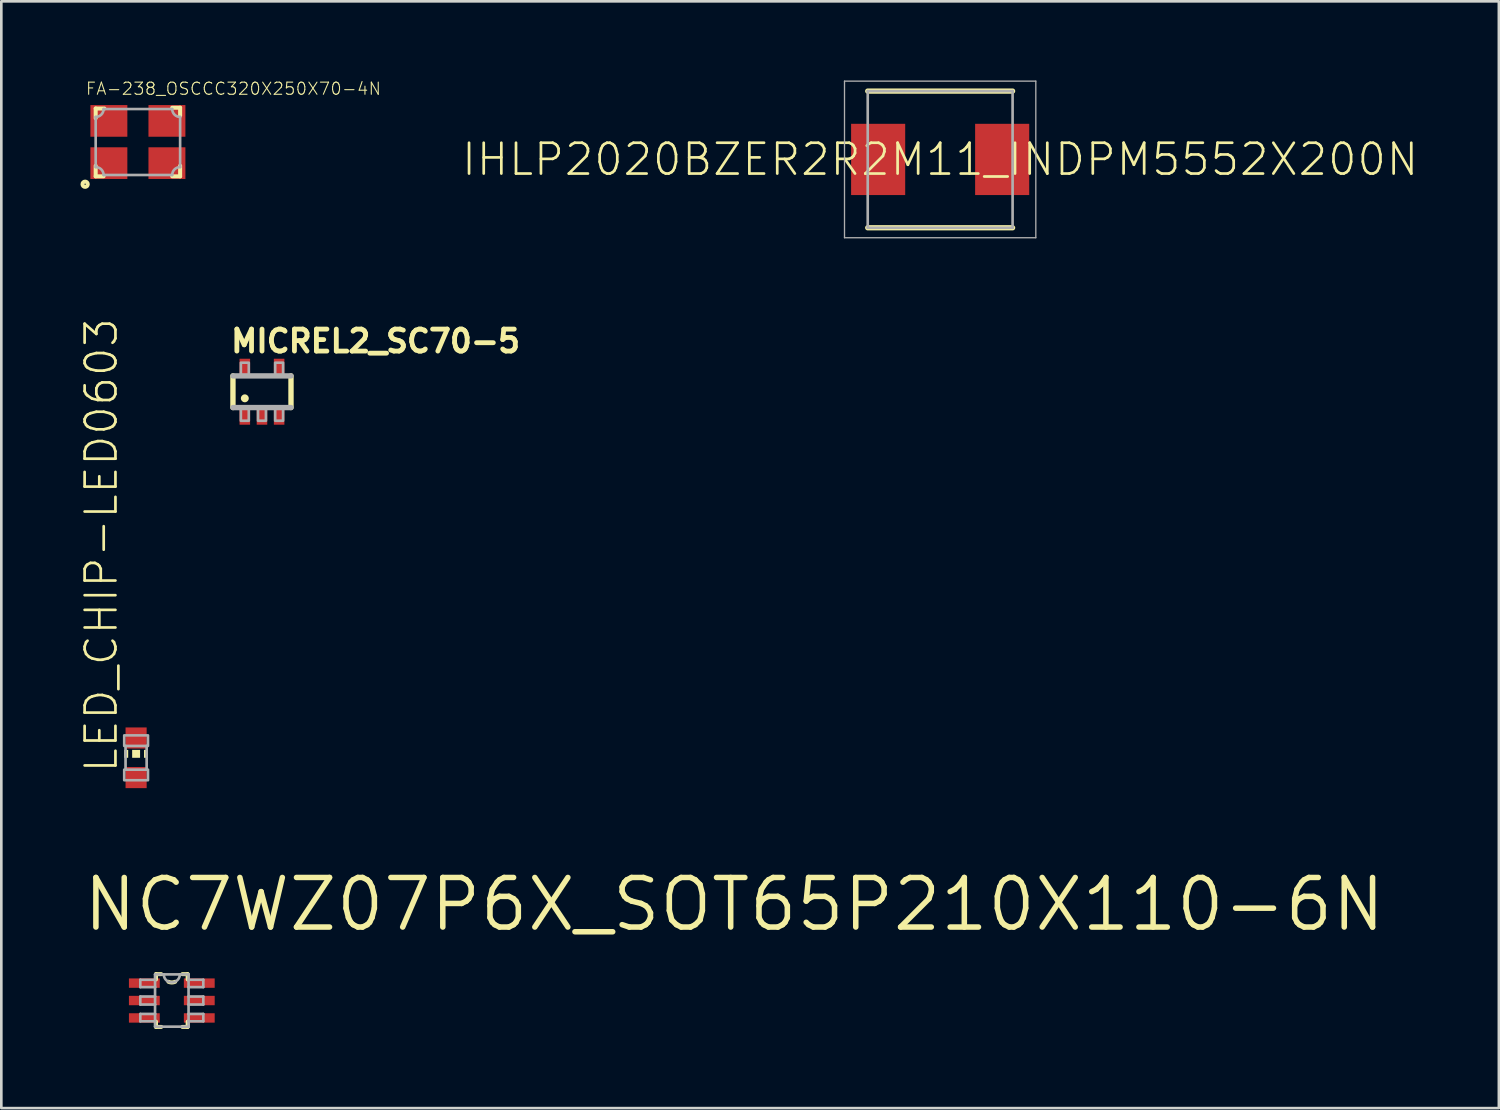
<source format=kicad_pcb>
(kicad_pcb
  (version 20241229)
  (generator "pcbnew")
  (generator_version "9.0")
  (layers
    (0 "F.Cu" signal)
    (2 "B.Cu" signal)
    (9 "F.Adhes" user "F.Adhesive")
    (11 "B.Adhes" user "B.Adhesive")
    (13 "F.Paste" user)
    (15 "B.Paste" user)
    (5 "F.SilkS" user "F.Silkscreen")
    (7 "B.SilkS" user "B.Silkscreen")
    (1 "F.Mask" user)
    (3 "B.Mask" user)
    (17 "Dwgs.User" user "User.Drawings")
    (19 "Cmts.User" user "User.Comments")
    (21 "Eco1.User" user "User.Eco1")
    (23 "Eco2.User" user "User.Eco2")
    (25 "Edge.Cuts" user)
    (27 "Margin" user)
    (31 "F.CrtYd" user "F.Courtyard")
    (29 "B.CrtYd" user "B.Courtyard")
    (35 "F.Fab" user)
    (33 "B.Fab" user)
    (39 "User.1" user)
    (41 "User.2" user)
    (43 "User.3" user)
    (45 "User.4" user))
  (footprint "NC7WZ07P6X_SOT65P210X110-6N"
    (layer "F.Cu")
    (at 3.461 34.867)
    (property "Reference" "NC7WZ07P6X_SOT65P210X110-6N" (at -3.461 -2.545 0) (unlocked yes) (layer "F.SilkS") (effects (font (size 1.878 1.878) (thickness 0.209)) (justify left bottom)))
    (fp_line (start -0.6 -1) (end -0.6 -0.8) (stroke (width 0.152) (type solid)) (layer "F.SilkS"))
    (fp_line (start -0.6 -1) (end -0.4 -1) (stroke (width 0.152) (type solid)) (layer "F.SilkS"))
    (fp_line (start -0.6 1) (end -0.6 0.8) (stroke (width 0.152) (type solid)) (layer "F.SilkS"))
    (fp_line (start -0.4 1) (end -0.6 1) (stroke (width 0.152) (type solid)) (layer "F.SilkS"))
    (fp_line (start 0.4 -1) (end 0.6 -1) (stroke (width 0.152) (type solid)) (layer "F.SilkS"))
    (fp_line (start 0.4 1) (end 0.6 1) (stroke (width 0.152) (type solid)) (layer "F.SilkS"))
    (fp_line (start 0.6 -1) (end 0.6 -0.8) (stroke (width 0.152) (type solid)) (layer "F.SilkS"))
    (fp_line (start 0.6 1) (end 0.6 0.8) (stroke (width 0.152) (type solid)) (layer "F.SilkS"))
    (fp_arc (start 0.127 -0.7112) (mid 0 -0.683626) (end -0.127 -0.7112) (stroke (width 0.1524) (type solid)) (layer "F.SilkS"))
    (fp_line (start -1.194 -0.787) (end -1.194 -0.508) (stroke (width 0.1) (type solid)) (layer "F.Fab"))
    (fp_line (start -1.194 -0.508) (end -0.635 -0.508) (stroke (width 0.1) (type solid)) (layer "F.Fab"))
    (fp_line (start -1.194 -0.152) (end -1.194 0.152) (stroke (width 0.1) (type solid)) (layer "F.Fab"))
    (fp_line (start -1.194 0.152) (end -0.635 0.152) (stroke (width 0.1) (type solid)) (layer "F.Fab"))
    (fp_line (start -1.194 0.508) (end -1.194 0.787) (stroke (width 0.1) (type solid)) (layer "F.Fab"))
    (fp_line (start -1.194 0.787) (end -0.635 0.787) (stroke (width 0.1) (type solid)) (layer "F.Fab"))
    (fp_line (start -0.635 -0.991) (end -0.635 -0.787) (stroke (width 0.1) (type solid)) (layer "F.Fab"))
    (fp_line (start -0.635 -0.787) (end -1.194 -0.787) (stroke (width 0.1) (type solid)) (layer "F.Fab"))
    (fp_line (start -0.635 -0.787) (end -0.635 -0.508) (stroke (width 0.1) (type solid)) (layer "F.Fab"))
    (fp_line (start -0.635 -0.508) (end -0.635 -0.152) (stroke (width 0.1) (type solid)) (layer "F.Fab"))
    (fp_line (start -0.635 -0.152) (end -1.194 -0.152) (stroke (width 0.1) (type solid)) (layer "F.Fab"))
    (fp_line (start -0.635 -0.152) (end -0.635 0.152) (stroke (width 0.1) (type solid)) (layer "F.Fab"))
    (fp_line (start -0.635 0.152) (end -0.635 0.508) (stroke (width 0.1) (type solid)) (layer "F.Fab"))
    (fp_line (start -0.635 0.508) (end -1.194 0.508) (stroke (width 0.1) (type solid)) (layer "F.Fab"))
    (fp_line (start -0.635 0.508) (end -0.635 0.787) (stroke (width 0.1) (type solid)) (layer "F.Fab"))
    (fp_line (start -0.635 0.787) (end -0.635 0.991) (stroke (width 0.1) (type solid)) (layer "F.Fab"))
    (fp_line (start -0.635 0.991) (end 0.635 0.991) (stroke (width 0.1) (type solid)) (layer "F.Fab"))
    (fp_line (start -0.305 -0.991) (end -0.635 -0.991) (stroke (width 0.1) (type solid)) (layer "F.Fab"))
    (fp_line (start 0.305 -0.991) (end -0.305 -0.991) (stroke (width 0.1) (type solid)) (layer "F.Fab"))
    (fp_line (start 0.635 -0.991) (end 0.305 -0.991) (stroke (width 0.1) (type solid)) (layer "F.Fab"))
    (fp_line (start 0.635 -0.787) (end 0.635 -0.991) (stroke (width 0.1) (type solid)) (layer "F.Fab"))
    (fp_line (start 0.635 -0.508) (end 0.635 -0.787) (stroke (width 0.1) (type solid)) (layer "F.Fab"))
    (fp_line (start 0.635 -0.508) (end 1.194 -0.508) (stroke (width 0.1) (type solid)) (layer "F.Fab"))
    (fp_line (start 0.635 -0.152) (end 0.635 -0.508) (stroke (width 0.1) (type solid)) (layer "F.Fab"))
    (fp_line (start 0.635 0.152) (end 0.635 -0.152) (stroke (width 0.1) (type solid)) (layer "F.Fab"))
    (fp_line (start 0.635 0.152) (end 1.194 0.152) (stroke (width 0.1) (type solid)) (layer "F.Fab"))
    (fp_line (start 0.635 0.508) (end 0.635 0.152) (stroke (width 0.1) (type solid)) (layer "F.Fab"))
    (fp_line (start 0.635 0.787) (end 0.635 0.508) (stroke (width 0.1) (type solid)) (layer "F.Fab"))
    (fp_line (start 0.635 0.787) (end 1.194 0.787) (stroke (width 0.1) (type solid)) (layer "F.Fab"))
    (fp_line (start 0.635 0.991) (end 0.635 0.787) (stroke (width 0.1) (type solid)) (layer "F.Fab"))
    (fp_line (start 1.194 -0.787) (end 0.635 -0.787) (stroke (width 0.1) (type solid)) (layer "F.Fab"))
    (fp_line (start 1.194 -0.508) (end 1.194 -0.787) (stroke (width 0.1) (type solid)) (layer "F.Fab"))
    (fp_line (start 1.194 -0.152) (end 0.635 -0.152) (stroke (width 0.1) (type solid)) (layer "F.Fab"))
    (fp_line (start 1.194 0.152) (end 1.194 -0.152) (stroke (width 0.1) (type solid)) (layer "F.Fab"))
    (fp_line (start 1.194 0.508) (end 0.635 0.508) (stroke (width 0.1) (type solid)) (layer "F.Fab"))
    (fp_line (start 1.194 0.787) (end 1.194 0.508) (stroke (width 0.1) (type solid)) (layer "F.Fab"))
    (fp_arc (start 0.3048 -0.9906) (mid 0 -0.6858) (end -0.3048 -0.9906) (stroke (width 0.1) (type solid)) (layer "F.Fab"))
    (pad "1" smd rect (at -1.041 -0.66) (size 1.168 0.356) (layers "F.Cu" "F.Mask" "F.Paste"))
    (pad "2" smd rect (at -1.041 0) (size 1.168 0.356) (layers "F.Cu" "F.Mask" "F.Paste"))
    (pad "3" smd rect (at -1.041 0.66) (size 1.168 0.356) (layers "F.Cu" "F.Mask" "F.Paste"))
    (pad "4" smd rect (at 1.041 0.66) (size 1.168 0.356) (layers "F.Cu" "F.Mask" "F.Paste"))
    (pad "5" smd rect (at 1.041 0) (size 1.168 0.356) (layers "F.Cu" "F.Mask" "F.Paste"))
    (pad "6" smd rect (at 1.041 -0.66) (size 1.168 0.356) (layers "F.Cu" "F.Mask" "F.Paste")))
  (footprint "LED_CHIP-LED0603"
    (layer "F.Cu")
    (at 2.108 25.668)
    (property "Reference" "LED_CHIP-LED0603" (at -0.635 0.635 90) (unlocked yes) (layer "F.SilkS") (effects (font (size 1.168 1.168) (thickness 0.102)) (justify left bottom)))
    (fp_poly (pts (xy -0.45 0) (xy -0.3 0) (xy -0.3 -0.3) (xy -0.45 -0.3)) (stroke (width 0) (type default)) (fill yes) (layer "F.SilkS"))
    (fp_poly (pts (xy -0.15 0) (xy 0.15 0) (xy 0.15 -0.3) (xy -0.15 -0.3)) (stroke (width 0) (type default)) (fill yes) (layer "F.SilkS"))
    (fp_poly (pts (xy 0.3 0) (xy 0.45 0) (xy 0.45 -0.3) (xy 0.3 -0.3)) (stroke (width 0) (type default)) (fill yes) (layer "F.SilkS"))
    (fp_line (start -0.4 -0.45) (end -0.4 0.45) (stroke (width 0.102) (type solid)) (layer "F.Fab"))
    (fp_line (start 0.4 -0.45) (end 0.4 0.45) (stroke (width 0.102) (type solid)) (layer "F.Fab"))
    (fp_poly (pts (xy -0.45 -0.45) (xy 0.45 -0.45) (xy 0.45 -0.85) (xy -0.45 -0.85)) (stroke (width 0.1) (type default)) (fill no) (layer "F.Fab"))
    (fp_poly (pts (xy -0.45 0.85) (xy 0.45 0.85) (xy 0.45 0.45) (xy -0.45 0.45)) (stroke (width 0.1) (type default)) (fill no) (layer "F.Fab"))
    (pad "A" smd rect (at 0 0.75) (size 0.8 0.8) (layers "F.Cu" "F.Mask" "F.Paste"))
    (pad "C" smd rect (at 0 -0.75) (size 0.8 0.8) (layers "F.Cu" "F.Mask" "F.Paste")))
  (footprint "IHLP2020BZER2R2M11_INDPM5552X200N"
    (layer "F.Cu")
    (at 32.579 2.992)
    (property "Reference" "IHLP2020BZER2R2M11_INDPM5552X200N" (at 0 0 0) (unlocked yes) (layer "F.SilkS") (effects (font (size 1.168 1.168) (thickness 0.102))))
    (fp_line (start -2.745 2.59) (end 2.745 2.59) (stroke (width 0.2) (type solid)) (layer "F.SilkS"))
    (fp_line (start 2.745 -2.59) (end -2.745 -2.59) (stroke (width 0.2) (type solid)) (layer "F.SilkS"))
    (fp_line (start -3.625 -2.967) (end 3.625 -2.967) (stroke (width 0.05) (type solid)) (layer "F.Fab"))
    (fp_line (start -3.625 2.967) (end -3.625 -2.967) (stroke (width 0.05) (type solid)) (layer "F.Fab"))
    (fp_line (start -2.745 -2.59) (end 2.745 -2.59) (stroke (width 0.1) (type solid)) (layer "F.Fab"))
    (fp_line (start -2.745 2.59) (end -2.745 -2.59) (stroke (width 0.1) (type solid)) (layer "F.Fab"))
    (fp_line (start 2.745 -2.59) (end 2.745 2.59) (stroke (width 0.1) (type solid)) (layer "F.Fab"))
    (fp_line (start 2.745 2.59) (end -2.745 2.59) (stroke (width 0.1) (type solid)) (layer "F.Fab"))
    (fp_line (start 3.625 -2.967) (end 3.625 2.967) (stroke (width 0.05) (type solid)) (layer "F.Fab"))
    (fp_line (start 3.625 2.967) (end -3.625 2.967) (stroke (width 0.05) (type solid)) (layer "F.Fab"))
    (pad "1" smd rect (at -2.35 0 90) (size 2.7 2.05) (layers "F.Cu" "F.Mask" "F.Paste"))
    (pad "2" smd rect (at 2.35 0 90) (size 2.7 2.05) (layers "F.Cu" "F.Mask" "F.Paste")))
  (footprint "FA-238_OSCCC320X250X70-4N"
    (layer "F.Cu")
    (at 2.176 2.332)
    (property "Reference" "FA-238_OSCCC320X250X70-4N" (at -2.002 -1.751 0) (unlocked yes) (layer "F.SilkS") (effects (font (size 0.46 0.46) (thickness 0.04)) (justify left bottom)))
    (fp_line (start -1.6 -1.27) (end -1.6 -0.9) (stroke (width 0.152) (type solid)) (layer "F.SilkS"))
    (fp_line (start -1.6 0.9) (end -1.6 1.3) (stroke (width 0.152) (type solid)) (layer "F.SilkS"))
    (fp_line (start -1.6 1.3) (end -1.3 1.3) (stroke (width 0.152) (type solid)) (layer "F.SilkS"))
    (fp_line (start -1.27 -1.27) (end -1.6 -1.27) (stroke (width 0.152) (type solid)) (layer "F.SilkS"))
    (fp_line (start 1.3 -1.3) (end 1.6 -1.3) (stroke (width 0.152) (type solid)) (layer "F.SilkS"))
    (fp_line (start 1.6 -1.3) (end 1.6 -1) (stroke (width 0.152) (type solid)) (layer "F.SilkS"))
    (fp_line (start 1.6 0.9) (end 1.6 1.3) (stroke (width 0.152) (type solid)) (layer "F.SilkS"))
    (fp_line (start 1.6 1.3) (end 1.3 1.3) (stroke (width 0.152) (type solid)) (layer "F.SilkS"))
    (fp_circle (center -2 1.6) (end -1.9 1.6) (stroke (width 0.152) (type solid)) (fill no) (layer "F.SilkS"))
    (fp_line (start -1.6 -0.95) (end -1.6 0.95) (stroke (width 0.1) (type solid)) (layer "F.Fab"))
    (fp_line (start -1.3 1.25) (end 1.3 1.25) (stroke (width 0.1) (type solid)) (layer "F.Fab"))
    (fp_line (start 1.3 -1.25) (end -1.3 -1.25) (stroke (width 0.1) (type solid)) (layer "F.Fab"))
    (fp_line (start 1.6 0.95) (end 1.6 -0.95) (stroke (width 0.1) (type solid)) (layer "F.Fab"))
    (fp_arc (start -1.6 0.95) (mid -1.387868 1.037868) (end -1.3 1.25) (stroke (width 0.1) (type solid)) (layer "F.Fab"))
    (fp_arc (start -1.3 -1.25) (mid -1.387868 -1.037868) (end -1.6 -0.95) (stroke (width 0.1) (type solid)) (layer "F.Fab"))
    (fp_arc (start 1.3 1.25) (mid 1.387868 1.037868) (end 1.6 0.95) (stroke (width 0.1) (type solid)) (layer "F.Fab"))
    (fp_arc (start 1.6 -0.95) (mid 1.387868 -1.037868) (end 1.3 -1.25) (stroke (width 0.1) (type solid)) (layer "F.Fab"))
    (pad "1" smd rect (at -1.1 0.8) (size 1.4 1.2) (layers "F.Cu" "F.Mask" "F.Paste"))
    (pad "2" smd rect (at 1.1 0.8) (size 1.4 1.2) (layers "F.Cu" "F.Mask" "F.Paste"))
    (pad "3" smd rect (at 1.1 -0.8) (size 1.4 1.2) (layers "F.Cu" "F.Mask" "F.Paste"))
    (pad "4" smd rect (at -1.1 -0.8) (size 1.4 1.2) (layers "F.Cu" "F.Mask" "F.Paste")))
  (footprint "MICREL2_SC70-5"
    (layer "F.Cu")
    (at 6.878 11.795)
    (property "Reference" "MICREL2_SC70-5" (at -1.27 -1.429 0) (unlocked yes) (layer "F.SilkS") (effects (font (size 0.833 0.833) (thickness 0.183)) (justify left bottom)))
    (fp_line (start -1.1 0.6) (end -1.1 -0.6) (stroke (width 0.203) (type solid)) (layer "F.SilkS"))
    (fp_line (start 1.1 -0.6) (end 1.1 0.6) (stroke (width 0.203) (type solid)) (layer "F.SilkS"))
    (fp_circle (center -0.65 0.25) (end -0.575 0.25) (stroke (width 0.15) (type solid)) (fill yes) (layer "F.SilkS"))
    (fp_line (start -1.1 -0.6) (end 1.1 -0.6) (stroke (width 0.203) (type solid)) (layer "F.Fab"))
    (fp_line (start 1.1 0.6) (end -1.1 0.6) (stroke (width 0.203) (type solid)) (layer "F.Fab"))
    (fp_poly (pts (xy -0.8 -0.6) (xy -0.5 -0.6) (xy -0.5 -1.1) (xy -0.8 -1.1)) (stroke (width 0.1) (type default)) (fill no) (layer "F.Fab"))
    (fp_poly (pts (xy -0.8 1.1) (xy -0.5 1.1) (xy -0.5 0.6) (xy -0.8 0.6)) (stroke (width 0.1) (type default)) (fill no) (layer "F.Fab"))
    (fp_poly (pts (xy -0.15 1.1) (xy 0.15 1.1) (xy 0.15 0.6) (xy -0.15 0.6)) (stroke (width 0.1) (type default)) (fill no) (layer "F.Fab"))
    (fp_poly (pts (xy 0.5 -0.6) (xy 0.8 -0.6) (xy 0.8 -1.1) (xy 0.5 -1.1)) (stroke (width 0.1) (type default)) (fill no) (layer "F.Fab"))
    (fp_poly (pts (xy 0.5 1.1) (xy 0.8 1.1) (xy 0.8 0.6) (xy 0.5 0.6)) (stroke (width 0.1) (type default)) (fill no) (layer "F.Fab"))
    (pad "1" smd rect (at -0.65 0.95) (size 0.4 0.6) (layers "F.Cu" "F.Mask" "F.Paste"))
    (pad "2" smd rect (at 0 0.95) (size 0.4 0.6) (layers "F.Cu" "F.Mask" "F.Paste"))
    (pad "3" smd rect (at 0.65 0.95) (size 0.4 0.6) (layers "F.Cu" "F.Mask" "F.Paste"))
    (pad "4" smd rect (at 0.65 -0.95) (size 0.4 0.6) (layers "F.Cu" "F.Mask" "F.Paste"))
    (pad "5" smd rect (at -0.65 -0.95) (size 0.4 0.6) (layers "F.Cu" "F.Mask" "F.Paste")))
  (gr_rect
    (start -3 -3)
    (end 53.752 38.943)
    (stroke (width 0.1) (type default))
    (fill no)
    (layer "Edge.Cuts")))
</source>
